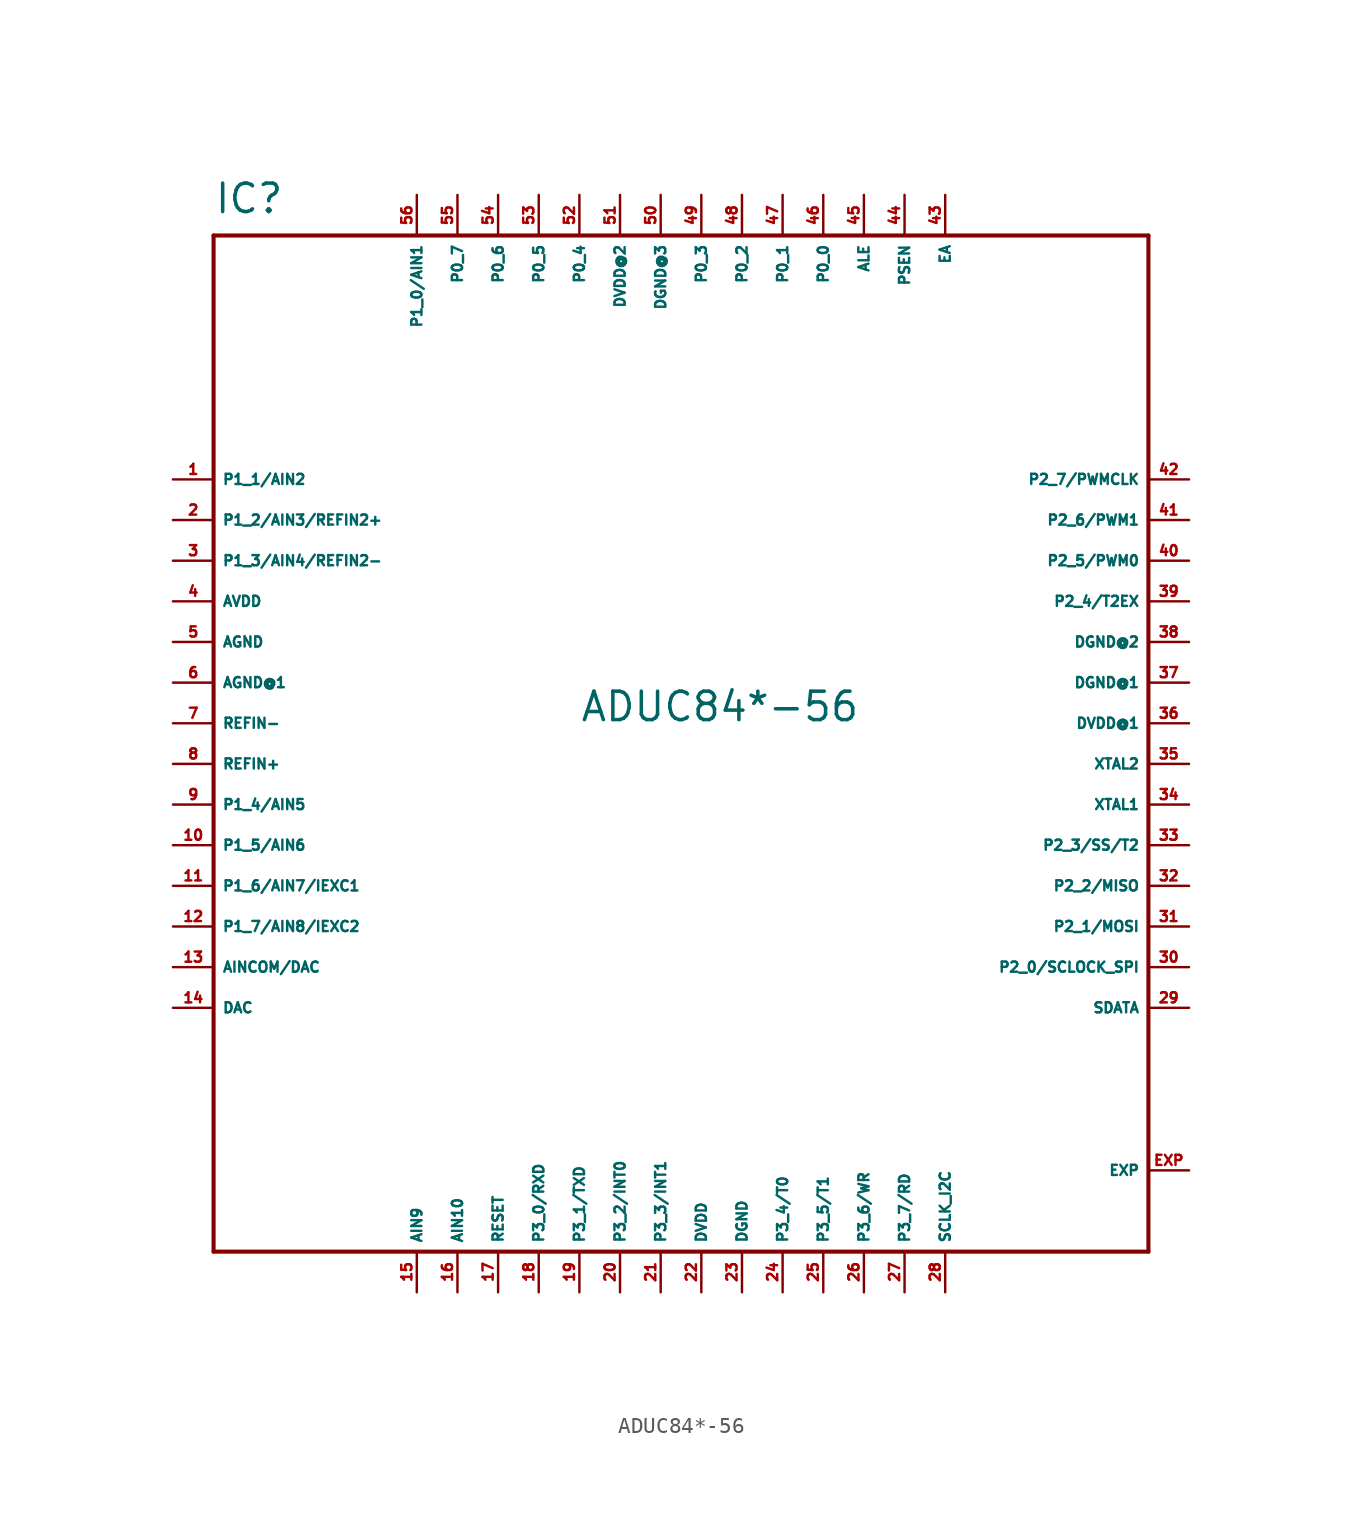
<source format=kicad_sym>
(kicad_symbol_lib
  (version 20220914)
  (generator Eagle2Kicad)
  (symbol "ADUC84*-56"
    (property "Reference" "IC"
      (at -30.48 31.75 0)
      (effects (font (size 1.778 1.778) (thickness 0.22)) (justify left bottom)))
    (property "Value" "ADUC84*-56"
      (at -7.62 0 0)
      (effects (font (size 1.778 1.778) (thickness 0.22)) (justify left bottom)))
    (polyline
      (pts (xy -30.48 -33.02) (xy 27.94 -33.02))
      (stroke (width 0.254) (type default))
      (fill (type none)))
    (polyline
      (pts (xy 27.94 -33.02) (xy 27.94 30.48))
      (stroke (width 0.254) (type default))
      (fill (type none)))
    (polyline
      (pts (xy 27.94 30.48) (xy -30.48 30.48))
      (stroke (width 0.254) (type default))
      (fill (type none)))
    (polyline
      (pts (xy -30.48 30.48) (xy -30.48 -33.02))
      (stroke (width 0.254) (type default))
      (fill (type none)))
    (pin input line
      (at -33.02 15.24 0)
      (length 2.54)
      (name "P1_1/AIN2" (effects (font (size 0.635 0.635) (thickness 0.08)) (justify left bottom)))
      (number "1" (effects (font (size 0.635 0.635) (thickness 0.08)) (justify left bottom))))
    (pin input line
      (at -33.02 12.7 0)
      (length 2.54)
      (name "P1_2/AIN3/REFIN2+" (effects (font (size 0.635 0.635) (thickness 0.08)) (justify left bottom)))
      (number "2" (effects (font (size 0.635 0.635) (thickness 0.08)) (justify left bottom))))
    (pin input line
      (at -33.02 10.16 0)
      (length 2.54)
      (name "P1_3/AIN4/REFIN2-" (effects (font (size 0.635 0.635) (thickness 0.08)) (justify left bottom)))
      (number "3" (effects (font (size 0.635 0.635) (thickness 0.08)) (justify left bottom))))
    (pin unspecified line
      (at -33.02 7.62 0)
      (length 2.54)
      (name "AVDD" (effects (font (size 0.635 0.635) (thickness 0.08)) (justify left bottom)))
      (number "4" (effects (font (size 0.635 0.635) (thickness 0.08)) (justify left bottom))))
    (pin unspecified line
      (at -33.02 5.08 0)
      (length 2.54)
      (name "AGND" (effects (font (size 0.635 0.635) (thickness 0.08)) (justify left bottom)))
      (number "5" (effects (font (size 0.635 0.635) (thickness 0.08)) (justify left bottom))))
    (pin unspecified line
      (at -33.02 2.54 0)
      (length 2.54)
      (name "AGND@1" (effects (font (size 0.635 0.635) (thickness 0.08)) (justify left bottom)))
      (number "6" (effects (font (size 0.635 0.635) (thickness 0.08)) (justify left bottom))))
    (pin input line
      (at -33.02 0 0)
      (length 2.54)
      (name "REFIN-" (effects (font (size 0.635 0.635) (thickness 0.08)) (justify left bottom)))
      (number "7" (effects (font (size 0.635 0.635) (thickness 0.08)) (justify left bottom))))
    (pin input line
      (at -33.02 -2.54 0)
      (length 2.54)
      (name "REFIN+" (effects (font (size 0.635 0.635) (thickness 0.08)) (justify left bottom)))
      (number "8" (effects (font (size 0.635 0.635) (thickness 0.08)) (justify left bottom))))
    (pin input line
      (at -33.02 -5.08 0)
      (length 2.54)
      (name "P1_4/AIN5" (effects (font (size 0.635 0.635) (thickness 0.08)) (justify left bottom)))
      (number "9" (effects (font (size 0.635 0.635) (thickness 0.08)) (justify left bottom))))
    (pin input line
      (at -33.02 -7.62 0)
      (length 2.54)
      (name "P1_5/AIN6" (effects (font (size 0.635 0.635) (thickness 0.08)) (justify left bottom)))
      (number "10" (effects (font (size 0.635 0.635) (thickness 0.08)) (justify left bottom))))
    (pin bidirectional line
      (at -33.02 -10.16 0)
      (length 2.54)
      (name "P1_6/AIN7/IEXC1" (effects (font (size 0.635 0.635) (thickness 0.08)) (justify left bottom)))
      (number "11" (effects (font (size 0.635 0.635) (thickness 0.08)) (justify left bottom))))
    (pin bidirectional line
      (at -33.02 -12.7 0)
      (length 2.54)
      (name "P1_7/AIN8/IEXC2" (effects (font (size 0.635 0.635) (thickness 0.08)) (justify left bottom)))
      (number "12" (effects (font (size 0.635 0.635) (thickness 0.08)) (justify left bottom))))
    (pin bidirectional line
      (at -33.02 -15.24 0)
      (length 2.54)
      (name "AINCOM/DAC" (effects (font (size 0.635 0.635) (thickness 0.08)) (justify left bottom)))
      (number "13" (effects (font (size 0.635 0.635) (thickness 0.08)) (justify left bottom))))
    (pin output line
      (at -33.02 -17.78 0)
      (length 2.54)
      (name "DAC" (effects (font (size 0.635 0.635) (thickness 0.08)) (justify left bottom)))
      (number "14" (effects (font (size 0.635 0.635) (thickness 0.08)) (justify left bottom))))
    (pin input line
      (at -17.78 -35.56 90)
      (length 2.54)
      (name "AIN9" (effects (font (size 0.635 0.635) (thickness 0.08)) (justify left bottom)))
      (number "15" (effects (font (size 0.635 0.635) (thickness 0.08)) (justify left bottom))))
    (pin input line
      (at -15.24 -35.56 90)
      (length 2.54)
      (name "AIN10" (effects (font (size 0.635 0.635) (thickness 0.08)) (justify left bottom)))
      (number "16" (effects (font (size 0.635 0.635) (thickness 0.08)) (justify left bottom))))
    (pin input line
      (at -12.7 -35.56 90)
      (length 2.54)
      (name "RESET" (effects (font (size 0.635 0.635) (thickness 0.08)) (justify left bottom)))
      (number "17" (effects (font (size 0.635 0.635) (thickness 0.08)) (justify left bottom))))
    (pin bidirectional line
      (at -10.16 -35.56 90)
      (length 2.54)
      (name "P3_0/RXD" (effects (font (size 0.635 0.635) (thickness 0.08)) (justify left bottom)))
      (number "18" (effects (font (size 0.635 0.635) (thickness 0.08)) (justify left bottom))))
    (pin bidirectional line
      (at -7.62 -35.56 90)
      (length 2.54)
      (name "P3_1/TXD" (effects (font (size 0.635 0.635) (thickness 0.08)) (justify left bottom)))
      (number "19" (effects (font (size 0.635 0.635) (thickness 0.08)) (justify left bottom))))
    (pin bidirectional line
      (at -5.08 -35.56 90)
      (length 2.54)
      (name "P3_2/INT0" (effects (font (size 0.635 0.635) (thickness 0.08)) (justify left bottom)))
      (number "20" (effects (font (size 0.635 0.635) (thickness 0.08)) (justify left bottom))))
    (pin bidirectional line
      (at -2.54 -35.56 90)
      (length 2.54)
      (name "P3_3/INT1" (effects (font (size 0.635 0.635) (thickness 0.08)) (justify left bottom)))
      (number "21" (effects (font (size 0.635 0.635) (thickness 0.08)) (justify left bottom))))
    (pin unspecified line
      (at 0 -35.56 90)
      (length 2.54)
      (name "DVDD" (effects (font (size 0.635 0.635) (thickness 0.08)) (justify left bottom)))
      (number "22" (effects (font (size 0.635 0.635) (thickness 0.08)) (justify left bottom))))
    (pin unspecified line
      (at 2.54 -35.56 90)
      (length 2.54)
      (name "DGND" (effects (font (size 0.635 0.635) (thickness 0.08)) (justify left bottom)))
      (number "23" (effects (font (size 0.635 0.635) (thickness 0.08)) (justify left bottom))))
    (pin bidirectional line
      (at 5.08 -35.56 90)
      (length 2.54)
      (name "P3_4/T0" (effects (font (size 0.635 0.635) (thickness 0.08)) (justify left bottom)))
      (number "24" (effects (font (size 0.635 0.635) (thickness 0.08)) (justify left bottom))))
    (pin bidirectional line
      (at 7.62 -35.56 90)
      (length 2.54)
      (name "P3_5/T1" (effects (font (size 0.635 0.635) (thickness 0.08)) (justify left bottom)))
      (number "25" (effects (font (size 0.635 0.635) (thickness 0.08)) (justify left bottom))))
    (pin bidirectional line
      (at 10.16 -35.56 90)
      (length 2.54)
      (name "P3_6/WR" (effects (font (size 0.635 0.635) (thickness 0.08)) (justify left bottom)))
      (number "26" (effects (font (size 0.635 0.635) (thickness 0.08)) (justify left bottom))))
    (pin bidirectional line
      (at 12.7 -35.56 90)
      (length 2.54)
      (name "P3_7/RD" (effects (font (size 0.635 0.635) (thickness 0.08)) (justify left bottom)))
      (number "27" (effects (font (size 0.635 0.635) (thickness 0.08)) (justify left bottom))))
    (pin bidirectional line
      (at 15.24 -35.56 90)
      (length 2.54)
      (name "SCLK_I2C" (effects (font (size 0.635 0.635) (thickness 0.08)) (justify left bottom)))
      (number "28" (effects (font (size 0.635 0.635) (thickness 0.08)) (justify left bottom))))
    (pin bidirectional line
      (at 30.48 -17.78 180)
      (length 2.54)
      (name "SDATA" (effects (font (size 0.635 0.635) (thickness 0.08)) (justify left bottom)))
      (number "29" (effects (font (size 0.635 0.635) (thickness 0.08)) (justify left bottom))))
    (pin bidirectional line
      (at 30.48 -15.24 180)
      (length 2.54)
      (name "P2_0/SCLOCK_SPI" (effects (font (size 0.635 0.635) (thickness 0.08)) (justify left bottom)))
      (number "30" (effects (font (size 0.635 0.635) (thickness 0.08)) (justify left bottom))))
    (pin bidirectional line
      (at 30.48 -12.7 180)
      (length 2.54)
      (name "P2_1/MOSI" (effects (font (size 0.635 0.635) (thickness 0.08)) (justify left bottom)))
      (number "31" (effects (font (size 0.635 0.635) (thickness 0.08)) (justify left bottom))))
    (pin bidirectional line
      (at 30.48 -10.16 180)
      (length 2.54)
      (name "P2_2/MISO" (effects (font (size 0.635 0.635) (thickness 0.08)) (justify left bottom)))
      (number "32" (effects (font (size 0.635 0.635) (thickness 0.08)) (justify left bottom))))
    (pin bidirectional line
      (at 30.48 -7.62 180)
      (length 2.54)
      (name "P2_3/SS/T2" (effects (font (size 0.635 0.635) (thickness 0.08)) (justify left bottom)))
      (number "33" (effects (font (size 0.635 0.635) (thickness 0.08)) (justify left bottom))))
    (pin input line
      (at 30.48 -5.08 180)
      (length 2.54)
      (name "XTAL1" (effects (font (size 0.635 0.635) (thickness 0.08)) (justify left bottom)))
      (number "34" (effects (font (size 0.635 0.635) (thickness 0.08)) (justify left bottom))))
    (pin output line
      (at 30.48 -2.54 180)
      (length 2.54)
      (name "XTAL2" (effects (font (size 0.635 0.635) (thickness 0.08)) (justify left bottom)))
      (number "35" (effects (font (size 0.635 0.635) (thickness 0.08)) (justify left bottom))))
    (pin unspecified line
      (at 30.48 0 180)
      (length 2.54)
      (name "DVDD@1" (effects (font (size 0.635 0.635) (thickness 0.08)) (justify left bottom)))
      (number "36" (effects (font (size 0.635 0.635) (thickness 0.08)) (justify left bottom))))
    (pin unspecified line
      (at 30.48 2.54 180)
      (length 2.54)
      (name "DGND@1" (effects (font (size 0.635 0.635) (thickness 0.08)) (justify left bottom)))
      (number "37" (effects (font (size 0.635 0.635) (thickness 0.08)) (justify left bottom))))
    (pin unspecified line
      (at 30.48 5.08 180)
      (length 2.54)
      (name "DGND@2" (effects (font (size 0.635 0.635) (thickness 0.08)) (justify left bottom)))
      (number "38" (effects (font (size 0.635 0.635) (thickness 0.08)) (justify left bottom))))
    (pin bidirectional line
      (at 30.48 7.62 180)
      (length 2.54)
      (name "P2_4/T2EX" (effects (font (size 0.635 0.635) (thickness 0.08)) (justify left bottom)))
      (number "39" (effects (font (size 0.635 0.635) (thickness 0.08)) (justify left bottom))))
    (pin bidirectional line
      (at 30.48 10.16 180)
      (length 2.54)
      (name "P2_5/PWM0" (effects (font (size 0.635 0.635) (thickness 0.08)) (justify left bottom)))
      (number "40" (effects (font (size 0.635 0.635) (thickness 0.08)) (justify left bottom))))
    (pin bidirectional line
      (at 30.48 12.7 180)
      (length 2.54)
      (name "P2_6/PWM1" (effects (font (size 0.635 0.635) (thickness 0.08)) (justify left bottom)))
      (number "41" (effects (font (size 0.635 0.635) (thickness 0.08)) (justify left bottom))))
    (pin bidirectional line
      (at 30.48 15.24 180)
      (length 2.54)
      (name "P2_7/PWMCLK" (effects (font (size 0.635 0.635) (thickness 0.08)) (justify left bottom)))
      (number "42" (effects (font (size 0.635 0.635) (thickness 0.08)) (justify left bottom))))
    (pin input line
      (at 15.24 33.02 270)
      (length 2.54)
      (name "EA" (effects (font (size 0.635 0.635) (thickness 0.08)) (justify left bottom)))
      (number "43" (effects (font (size 0.635 0.635) (thickness 0.08)) (justify left bottom))))
    (pin output line
      (at 12.7 33.02 270)
      (length 2.54)
      (name "PSEN" (effects (font (size 0.635 0.635) (thickness 0.08)) (justify left bottom)))
      (number "44" (effects (font (size 0.635 0.635) (thickness 0.08)) (justify left bottom))))
    (pin output line
      (at 10.16 33.02 270)
      (length 2.54)
      (name "ALE" (effects (font (size 0.635 0.635) (thickness 0.08)) (justify left bottom)))
      (number "45" (effects (font (size 0.635 0.635) (thickness 0.08)) (justify left bottom))))
    (pin bidirectional line
      (at 7.62 33.02 270)
      (length 2.54)
      (name "P0_0" (effects (font (size 0.635 0.635) (thickness 0.08)) (justify left bottom)))
      (number "46" (effects (font (size 0.635 0.635) (thickness 0.08)) (justify left bottom))))
    (pin bidirectional line
      (at 5.08 33.02 270)
      (length 2.54)
      (name "P0_1" (effects (font (size 0.635 0.635) (thickness 0.08)) (justify left bottom)))
      (number "47" (effects (font (size 0.635 0.635) (thickness 0.08)) (justify left bottom))))
    (pin bidirectional line
      (at 2.54 33.02 270)
      (length 2.54)
      (name "P0_2" (effects (font (size 0.635 0.635) (thickness 0.08)) (justify left bottom)))
      (number "48" (effects (font (size 0.635 0.635) (thickness 0.08)) (justify left bottom))))
    (pin bidirectional line
      (at 0 33.02 270)
      (length 2.54)
      (name "P0_3" (effects (font (size 0.635 0.635) (thickness 0.08)) (justify left bottom)))
      (number "49" (effects (font (size 0.635 0.635) (thickness 0.08)) (justify left bottom))))
    (pin unspecified line
      (at -2.54 33.02 270)
      (length 2.54)
      (name "DGND@3" (effects (font (size 0.635 0.635) (thickness 0.08)) (justify left bottom)))
      (number "50" (effects (font (size 0.635 0.635) (thickness 0.08)) (justify left bottom))))
    (pin unspecified line
      (at -5.08 33.02 270)
      (length 2.54)
      (name "DVDD@2" (effects (font (size 0.635 0.635) (thickness 0.08)) (justify left bottom)))
      (number "51" (effects (font (size 0.635 0.635) (thickness 0.08)) (justify left bottom))))
    (pin bidirectional line
      (at -7.62 33.02 270)
      (length 2.54)
      (name "P0_4" (effects (font (size 0.635 0.635) (thickness 0.08)) (justify left bottom)))
      (number "52" (effects (font (size 0.635 0.635) (thickness 0.08)) (justify left bottom))))
    (pin bidirectional line
      (at -10.16 33.02 270)
      (length 2.54)
      (name "P0_5" (effects (font (size 0.635 0.635) (thickness 0.08)) (justify left bottom)))
      (number "53" (effects (font (size 0.635 0.635) (thickness 0.08)) (justify left bottom))))
    (pin bidirectional line
      (at -12.7 33.02 270)
      (length 2.54)
      (name "P0_6" (effects (font (size 0.635 0.635) (thickness 0.08)) (justify left bottom)))
      (number "54" (effects (font (size 0.635 0.635) (thickness 0.08)) (justify left bottom))))
    (pin bidirectional line
      (at -15.24 33.02 270)
      (length 2.54)
      (name "P0_7" (effects (font (size 0.635 0.635) (thickness 0.08)) (justify left bottom)))
      (number "55" (effects (font (size 0.635 0.635) (thickness 0.08)) (justify left bottom))))
    (pin input line
      (at -17.78 33.02 270)
      (length 2.54)
      (name "P1_0/AIN1" (effects (font (size 0.635 0.635) (thickness 0.08)) (justify left bottom)))
      (number "56" (effects (font (size 0.635 0.635) (thickness 0.08)) (justify left bottom))))
    (pin passive line
      (at 30.48 -27.94 180)
      (length 2.54)
      (name "EXP" (effects (font (size 0.635 0.635) (thickness 0.08)) (justify left bottom)))
      (number "EXP" (effects (font (size 0.635 0.635) (thickness 0.08)) (justify left bottom))))))
</source>
